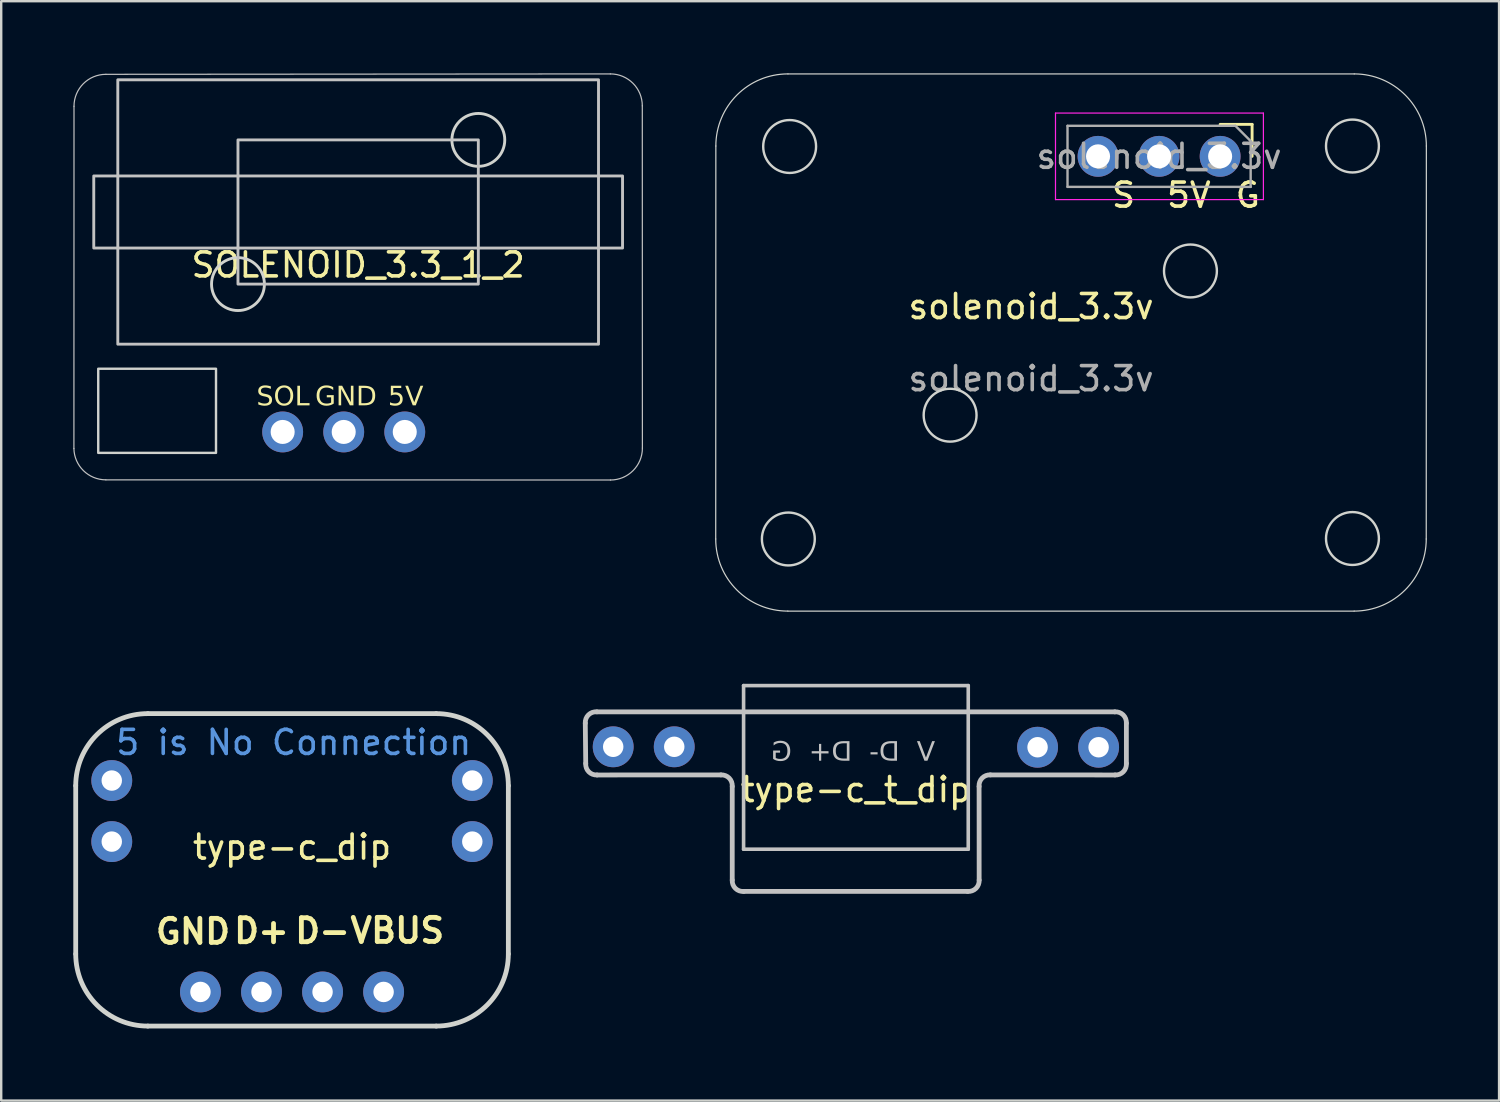
<source format=kicad_pcb>
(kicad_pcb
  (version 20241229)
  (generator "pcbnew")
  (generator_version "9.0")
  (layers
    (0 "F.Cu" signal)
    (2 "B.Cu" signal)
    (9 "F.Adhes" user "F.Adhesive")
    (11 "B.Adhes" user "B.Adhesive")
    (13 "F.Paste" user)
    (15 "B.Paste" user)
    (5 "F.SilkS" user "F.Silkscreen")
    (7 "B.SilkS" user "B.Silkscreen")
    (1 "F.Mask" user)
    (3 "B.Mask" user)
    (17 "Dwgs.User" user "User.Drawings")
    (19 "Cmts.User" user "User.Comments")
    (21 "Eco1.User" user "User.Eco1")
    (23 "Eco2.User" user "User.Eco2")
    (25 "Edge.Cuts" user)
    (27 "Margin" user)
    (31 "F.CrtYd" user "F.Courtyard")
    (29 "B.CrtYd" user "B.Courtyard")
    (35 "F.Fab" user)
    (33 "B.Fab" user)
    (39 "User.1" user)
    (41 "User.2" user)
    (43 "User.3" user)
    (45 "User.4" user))
  (footprint "solenoid_3.3v"
    (layer "F.Cu")
    (at 41.511 11.2)
    (property "Reference" "solenoid_3.3v" (at -1.662 -1.495 0) (unlocked yes) (layer "F.SilkS") (effects (font (size 1 1) (thickness 0.15))))
    (attr smd)
    (fp_line (start 6.203 -9.075) (end 7.533 -9.075) (stroke (width 0.12) (type solid)) (layer "F.SilkS"))
    (fp_line (start 7.533 -9.075) (end 7.533 -7.745) (stroke (width 0.12) (type solid)) (layer "F.SilkS"))
    (fp_line (start -14.783 8.175) (end -14.778 -8.175) (stroke (width 0.05) (type solid)) (layer "Edge.Cuts"))
    (fp_line (start -11.783 11.175) (end 11.778 11.175) (stroke (width 0.05) (type solid)) (layer "Edge.Cuts"))
    (fp_line (start -11.778 -11.175) (end 11.783 -11.175) (stroke (width 0.05) (type solid)) (layer "Edge.Cuts"))
    (fp_line (start 14.783 -8.175) (end 14.778 8.175) (stroke (width 0.05) (type solid)) (layer "Edge.Cuts"))
    (fp_arc (start -14.778159 -8.175) (mid -13.899483 -10.296324) (end -11.778159 -11.175) (stroke (width 0.05) (type solid)) (layer "Edge.Cuts"))
    (fp_arc (start -11.78316 11.175) (mid -13.90447 10.29631) (end -14.78316 8.175) (stroke (width 0.05) (type solid)) (layer "Edge.Cuts"))
    (fp_arc (start 11.783161 -11.175) (mid 13.904481 -10.29632) (end 14.783161 -8.175) (stroke (width 0.05) (type solid)) (layer "Edge.Cuts"))
    (fp_arc (start 14.77816 8.175) (mid 13.89948 10.29632) (end 11.77816 11.175) (stroke (width 0.05) (type solid)) (layer "Edge.Cuts"))
    (fp_circle (center -11.762 8.175) (end -10.662 8.175) (stroke (width 0.1) (type default)) (fill no) (layer "Edge.Cuts"))
    (fp_circle (center -11.708 -8.155) (end -10.608 -8.155) (stroke (width 0.1) (type default)) (fill no) (layer "Edge.Cuts"))
    (fp_circle (center -5.032 3.024) (end -3.932 3.024) (stroke (width 0.1) (type default)) (fill no) (layer "Edge.Cuts"))
    (fp_circle (center 4.968 -2.976) (end 6.068 -2.976) (stroke (width 0.1) (type default)) (fill no) (layer "Edge.Cuts"))
    (fp_circle (center 11.708 -8.175) (end 12.808 -8.175) (stroke (width 0.1) (type default)) (fill no) (layer "Edge.Cuts"))
    (fp_circle (center 11.708 8.155) (end 12.808 8.155) (stroke (width 0.1) (type default)) (fill no) (layer "Edge.Cuts"))
    (fp_line (start -0.647 -9.545) (end -0.647 -5.945) (stroke (width 0.05) (type solid)) (layer "F.CrtYd"))
    (fp_line (start -0.647 -5.945) (end 8.003 -5.945) (stroke (width 0.05) (type solid)) (layer "F.CrtYd"))
    (fp_line (start 8.003 -9.545) (end -0.647 -9.545) (stroke (width 0.05) (type solid)) (layer "F.CrtYd"))
    (fp_line (start 8.003 -5.945) (end 8.003 -9.545) (stroke (width 0.05) (type solid)) (layer "F.CrtYd"))
    (fp_line (start -0.147 -9.015) (end 6.838 -9.015) (stroke (width 0.1) (type solid)) (layer "F.Fab"))
    (fp_line (start -0.147 -6.475) (end -0.147 -9.015) (stroke (width 0.1) (type solid)) (layer "F.Fab"))
    (fp_line (start 6.838 -9.015) (end 7.473 -8.38) (stroke (width 0.1) (type solid)) (layer "F.Fab"))
    (fp_line (start 7.473 -8.38) (end 7.473 -6.475) (stroke (width 0.1) (type solid)) (layer "F.Fab"))
    (fp_line (start 7.473 -6.475) (end -0.147 -6.475) (stroke (width 0.1) (type solid)) (layer "F.Fab"))
    (fp_text user "S" (at 1.608 -5.545 0) (unlocked yes) (layer "F.SilkS") (effects (font (size 1 1) (thickness 0.15)) (justify left bottom)))
    (fp_text user "G" (at 6.758 -5.545 0) (unlocked yes) (layer "F.SilkS") (effects (font (size 1 1) (thickness 0.15)) (justify left bottom)))
    (fp_text user "5V" (at 3.898 -5.545 0) (unlocked yes) (layer "F.SilkS") (effects (font (size 1 1) (thickness 0.15)) (justify left bottom)))
    (fp_text user "${REFERENCE}" (at -1.662 1.505 0) (unlocked yes) (layer "F.Fab") (effects (font (size 1 1) (thickness 0.15))))
    (fp_text user "${REFERENCE}" (at 3.663 -7.745 0) (layer "F.Fab") (effects (font (size 1 1) (thickness 0.15))))
    (pad "1" thru_hole circle (at 6.203 -7.745 270) (size 1.7 1.7) (drill 1) (layers "*.Cu" "*.Mask"))
    (pad "2" thru_hole oval (at 3.663 -7.745 270) (size 1.7 1.7) (drill 1) (layers "*.Cu" "*.Mask"))
    (pad "3" thru_hole oval (at 1.123 -7.745 270) (size 1.7 1.7) (drill 1) (layers "*.Cu" "*.Mask")))
  (footprint "SOLENOID_3.3_1_2"
    (layer "F.Cu")
    (at 11.851 8.473)
    (property "Reference" "SOLENOID_3.3_1_2" (at 0 -0.5 0) (unlocked yes) (layer "F.SilkS") (effects (font (size 1 1) (thickness 0.15))))
    (attr smd)
    (fp_line (start -11.826 7.136) (end -11.822 -7.101) (stroke (width 0.05) (type solid)) (layer "Dwgs.User"))
    (fp_line (start -10.497 8.441) (end 10.497 8.448) (stroke (width 0.05) (type solid)) (layer "Dwgs.User"))
    (fp_line (start -10.493 -8.431) (end 10.493 -8.448) (stroke (width 0.05) (type solid)) (layer "Dwgs.User"))
    (fp_line (start 11.822 -7.119) (end 11.826 7.119) (stroke (width 0.05) (type solid)) (layer "Dwgs.User"))
    (fp_rect (start 5 0.297) (end -5 -5.703) (stroke (width 0.12) (type solid)) (fill no) (layer "Dwgs.User"))
    (fp_rect (start 10 2.797) (end -10 -8.203) (stroke (width 0.12) (type solid)) (fill no) (layer "Dwgs.User"))
    (fp_rect (start 11 -1.203) (end -11 -4.203) (stroke (width 0.12) (type solid)) (fill no) (layer "Dwgs.User"))
    (fp_arc (start -11.822395 -7.101444) (mid -11.433052 -8.041337) (end -10.493159 -8.43068) (stroke (width 0.05) (type solid)) (layer "Dwgs.User"))
    (fp_arc (start -10.497159 8.440555) (mid -11.428344 8.059947) (end -11.826395 7.136084) (stroke (width 0.05) (type solid)) (layer "Dwgs.User"))
    (fp_arc (start 10.49316 -8.448) (mid 11.433064 -8.058668) (end 11.822396 -7.118764) (stroke (width 0.05) (type solid)) (layer "Dwgs.User"))
    (fp_arc (start 11.826396 7.118764) (mid 11.43709 8.058693) (end 10.49716 8.448) (stroke (width 0.05) (type solid)) (layer "Dwgs.User"))
    (fp_rect (start -5.914 7.319) (end -10.814 3.819) (stroke (width 0.1) (type default)) (fill no) (layer "Edge.Cuts"))
    (fp_circle (center -5 0.297) (end -6.1 0.297) (stroke (width 0.12) (type solid)) (fill no) (layer "Edge.Cuts"))
    (fp_circle (center 5 -5.703) (end 3.9 -5.703) (stroke (width 0.12) (type solid)) (fill no) (layer "Edge.Cuts"))
    (fp_text user "SOL" (at -4.231 5.478 0) (unlocked yes) (layer "F.SilkS") (effects (font (face "F1.8") (size 0.8 0.8) (thickness 0.15)) (justify left bottom)))
    (fp_text user "GND" (at -1.791 5.478 0) (unlocked yes) (layer "F.SilkS") (effects (font (face "F1.8") (size 0.8 0.8) (thickness 0.15)) (justify left bottom)))
    (fp_text user "5V" (at 1.239 5.478 0) (unlocked yes) (layer "F.SilkS") (effects (font (face "F1.8") (size 0.8 0.8) (thickness 0.15)) (justify left bottom)))
    (pad "1" thru_hole circle (at 1.939 6.448 270) (size 1.7 1.7) (drill 1) (layers "*.Cu" "*.Mask"))
    (pad "2" thru_hole oval (at -0.601 6.448 270) (size 1.7 1.7) (drill 1) (layers "*.Cu" "*.Mask"))
    (pad "3" thru_hole oval (at -3.141 6.448 270) (size 1.7 1.7) (drill 1) (layers "*.Cu" "*.Mask")))
  (footprint "type-c_t_dip"
    (layer "F.Cu")
    (at 32.557 30.302)
    (property "Reference" "type-c_t_dip" (at 0 -0.5 0) (unlocked yes) (layer "F.SilkS") (effects (font (size 1 1) (thickness 0.15))))
    (attr smd)
    (fp_line (start -11.238 -1.589) (end -11.256 -3.266) (stroke (width 0.2) (type solid)) (layer "Dwgs.User"))
    (fp_line (start -10.776 -3.736) (end 10.776 -3.735) (stroke (width 0.2) (type solid)) (layer "Dwgs.User"))
    (fp_line (start -5.612 -1.112) (end -10.768 -1.109) (stroke (width 0.2) (type solid)) (layer "Dwgs.User"))
    (fp_line (start -5.142 -0.632) (end -5.142 3.266) (stroke (width 0.2) (type solid)) (layer "Dwgs.User"))
    (fp_line (start -4.67 -4.827) (end -4.67 1.98) (stroke (width 0.15) (type solid)) (layer "Dwgs.User"))
    (fp_line (start -4.67 -4.827) (end 4.677 -4.827) (stroke (width 0.15) (type solid)) (layer "Dwgs.User"))
    (fp_line (start -4.67 1.98) (end 4.677 1.98) (stroke (width 0.15) (type solid)) (layer "Dwgs.User"))
    (fp_line (start 4.651 3.736) (end -4.662 3.736) (stroke (width 0.2) (type solid)) (layer "Dwgs.User"))
    (fp_line (start 4.677 -4.827) (end 4.677 1.98) (stroke (width 0.15) (type solid)) (layer "Dwgs.User"))
    (fp_line (start 5.131 3.266) (end 5.128 -0.632) (stroke (width 0.2) (type solid)) (layer "Dwgs.User"))
    (fp_line (start 10.786 -1.109) (end 5.598 -1.112) (stroke (width 0.2) (type solid)) (layer "Dwgs.User"))
    (fp_line (start 11.256 -3.265) (end 11.256 -1.589) (stroke (width 0.2) (type solid)) (layer "Dwgs.User"))
    (fp_arc (start -11.256481 -3.266304) (mid -11.123598 -3.6107) (end -10.776481 -3.736304) (stroke (width 0.2) (type default)) (layer "Dwgs.User"))
    (fp_arc (start -10.767806 -1.109304) (mid -11.112177 -1.242211) (end -11.237806 -1.589304) (stroke (width 0.2) (type default)) (layer "Dwgs.User"))
    (fp_arc (start -5.612171 -1.111599) (mid -5.267809 -0.978683) (end -5.142171 -0.631599) (stroke (width 0.2) (type default)) (layer "Dwgs.User"))
    (fp_arc (start -4.662171 3.736305) (mid -5.009285 3.610698) (end -5.142171 3.266305) (stroke (width 0.2) (type default)) (layer "Dwgs.User"))
    (fp_arc (start 5.12821 -0.632208) (mid 5.253851 -0.979288) (end 5.59821 -1.112208) (stroke (width 0.2) (type default)) (layer "Dwgs.User"))
    (fp_arc (start 5.130835 3.265696) (mid 4.997949 3.610089) (end 4.650835 3.735696) (stroke (width 0.2) (type default)) (layer "Dwgs.User"))
    (fp_arc (start 10.775835 -3.734868) (mid 11.122915 -3.609226) (end 11.255835 -3.264868) (stroke (width 0.2) (type default)) (layer "Dwgs.User"))
    (fp_arc (start 11.255835 -1.589304) (mid 11.130194 -1.242224) (end 10.785835 -1.109304) (stroke (width 0.2) (type default)) (layer "Dwgs.User"))
    (fp_text user "V  D-  D+  G" (at -0.117 -2.034 0) (unlocked yes) (layer "Dwgs.User") (effects (font (face "F1.8") (size 0.8 0.8) (thickness 0.075)) (justify mirror)))
    (pad "1" thru_hole oval (at 10.101 -2.263 180) (size 1.7 1.7) (drill 0.85) (layers "*.Cu" "*.Mask"))
    (pad "2" thru_hole circle (at 7.561 -2.263 180) (size 1.7 1.7) (drill 0.85) (layers "*.Cu" "*.Mask"))
    (pad "3" thru_hole oval (at -7.555 -2.281 90) (size 1.7 1.7) (drill 0.85) (layers "*.Cu" "*.Mask"))
    (pad "4" thru_hole oval (at -10.095 -2.281 90) (size 1.7 1.7) (drill 0.85) (layers "*.Cu" "*.Mask")))
  (footprint "type-c_dip"
    (layer "F.Cu")
    (at 9.1 32.695)
    (property "Reference" "type-c_dip" (at 0 -0.5 0) (unlocked yes) (layer "F.SilkS") (effects (font (size 1 1) (thickness 0.15))))
    (attr smd)
    (fp_rect (start -4.469 -7.245) (end 4.471 0.055) (stroke (width 0.1) (type default)) (fill no) (layer "Eco1.User"))
    (fp_line (start -9 3.945) (end -9 -3.055) (stroke (width 0.2) (type solid)) (layer "Edge.Cuts"))
    (fp_line (start -6 6.945) (end 6 6.945) (stroke (width 0.2) (type solid)) (layer "Edge.Cuts"))
    (fp_line (start 6 -6.055) (end -6 -6.055) (stroke (width 0.2) (type solid)) (layer "Edge.Cuts"))
    (fp_line (start 9 3.945) (end 9 -3.055) (stroke (width 0.2) (type solid)) (layer "Edge.Cuts"))
    (fp_arc (start -9 -3.055) (mid -8.12132 -5.17632) (end -6 -6.055) (stroke (width 0.2) (type solid)) (layer "Edge.Cuts"))
    (fp_arc (start -6 6.945) (mid -8.12132 6.06632) (end -9 3.945) (stroke (width 0.2) (type solid)) (layer "Edge.Cuts"))
    (fp_arc (start 6 -6.055) (mid 8.12132 -5.17632) (end 9 -3.055) (stroke (width 0.2) (type solid)) (layer "Edge.Cuts"))
    (fp_arc (start 9 3.945) (mid 8.12132 6.06632) (end 6 6.945) (stroke (width 0.2) (type solid)) (layer "Edge.Cuts"))
    (fp_text user "D-" (at 1.27 2.985 0) (unlocked yes) (layer "F.SilkS") (effects (font (size 1 1) (thickness 0.2) (bold yes))))
    (fp_text user "D+" (at -1.27 2.985 0) (unlocked yes) (layer "F.SilkS") (effects (font (size 1 1) (thickness 0.2) (bold yes))))
    (fp_text user "GND" (at -4.12 3.01 0) (unlocked yes) (layer "F.SilkS") (effects (font (size 1 1) (thickness 0.2) (bold yes))))
    (fp_text user "VBUS" (at 4.38 2.97 0) (unlocked yes) (layer "F.SilkS") (effects (font (size 1 1) (thickness 0.2) (bold yes))))
    (fp_text user "5 is No Connection" (at -7.41 -4.27 0) (unlocked yes) (layer "Cmts.User") (effects (font (size 1 1) (thickness 0.15)) (justify left bottom)))
    (pad "1" thru_hole circle (at 3.81 5.525 90) (size 1.7 1.7) (drill 0.85) (layers "*.Cu" "*.Mask"))
    (pad "2" thru_hole oval (at 1.27 5.525 90) (size 1.7 1.7) (drill 0.85) (layers "*.Cu" "*.Mask"))
    (pad "3" thru_hole oval (at -1.27 5.525 90) (size 1.7 1.7) (drill 0.85) (layers "*.Cu" "*.Mask"))
    (pad "4" thru_hole oval (at -3.81 5.525 90) (size 1.7 1.7) (drill 0.85) (layers "*.Cu" "*.Mask"))
    (pad "5" thru_hole oval (at -7.5 -3.27) (size 1.7 1.7) (drill 0.85) (layers "*.Cu" "*.Mask"))
    (pad "5" thru_hole oval (at -7.5 -0.73) (size 1.7 1.7) (drill 0.85) (layers "*.Cu" "*.Mask"))
    (pad "5" thru_hole oval (at 7.5 -3.27) (size 1.7 1.7) (drill 0.85) (layers "*.Cu" "*.Mask"))
    (pad "5" thru_hole oval (at 7.5 -0.73) (size 1.7 1.7) (drill 0.85) (layers "*.Cu" "*.Mask")))
  (gr_rect
    (start -3 -3)
    (end 59.319 42.74)
    (stroke (width 0.1) (type default))
    (fill no)
    (layer "Edge.Cuts")))
</source>
